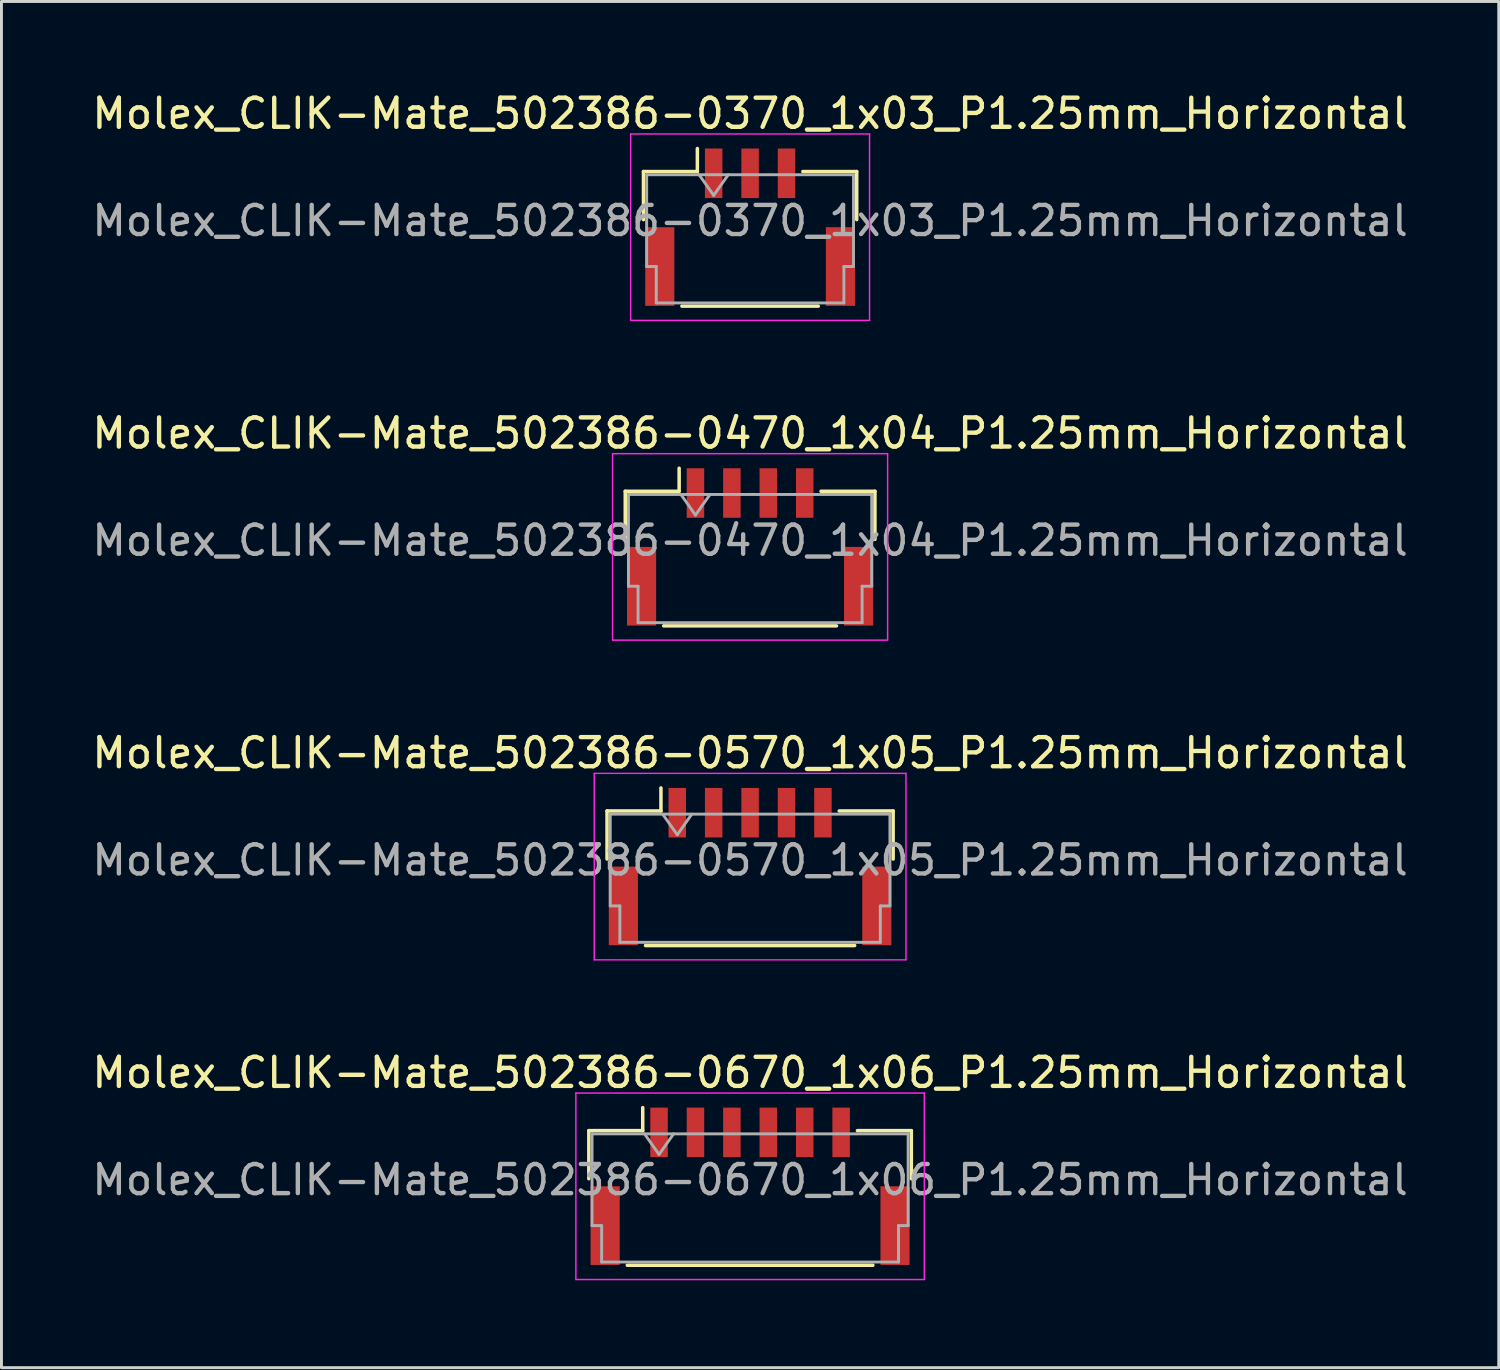
<source format=kicad_pcb>
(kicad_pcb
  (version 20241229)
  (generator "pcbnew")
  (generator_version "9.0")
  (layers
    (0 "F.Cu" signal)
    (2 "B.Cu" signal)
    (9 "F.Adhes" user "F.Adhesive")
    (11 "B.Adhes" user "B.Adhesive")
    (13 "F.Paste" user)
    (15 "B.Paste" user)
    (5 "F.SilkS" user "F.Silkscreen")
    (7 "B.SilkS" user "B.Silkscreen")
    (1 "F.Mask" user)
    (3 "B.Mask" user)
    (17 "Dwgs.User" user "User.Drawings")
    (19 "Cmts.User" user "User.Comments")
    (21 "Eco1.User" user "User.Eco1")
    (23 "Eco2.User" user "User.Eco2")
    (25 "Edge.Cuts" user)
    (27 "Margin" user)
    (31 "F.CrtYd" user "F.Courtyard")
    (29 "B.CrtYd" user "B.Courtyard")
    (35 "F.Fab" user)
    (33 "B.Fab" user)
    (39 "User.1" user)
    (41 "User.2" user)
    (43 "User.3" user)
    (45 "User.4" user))
  (footprint "Molex_CLIK-Mate_502386-0470_1x04_P1.25mm_Horizontal"
    (layer "F.Cu")
    (at 22.696 15.722)
    (property "Reference" "Molex_CLIK-Mate_502386-0470_1x04_P1.25mm_Horizontal" (at 0 -3.9 0) (layer "F.SilkS") (effects (font (size 1 1) (thickness 0.15))))
    (attr smd)
    (fp_line (start -4.285 -1.91) (end -2.435 -1.91) (stroke (width 0.12) (type solid)) (layer "F.SilkS"))
    (fp_line (start -4.285 -0.26) (end -4.285 -1.91) (stroke (width 0.12) (type solid)) (layer "F.SilkS"))
    (fp_line (start -2.965 2.71) (end 2.965 2.71) (stroke (width 0.12) (type solid)) (layer "F.SilkS"))
    (fp_line (start -2.435 -1.91) (end -2.435 -2.7) (stroke (width 0.12) (type solid)) (layer "F.SilkS"))
    (fp_line (start 4.285 -1.91) (end 2.435 -1.91) (stroke (width 0.12) (type solid)) (layer "F.SilkS"))
    (fp_line (start 4.285 -0.26) (end 4.285 -1.91) (stroke (width 0.12) (type solid)) (layer "F.SilkS"))
    (fp_line (start -4.72 -3.2) (end -4.72 3.2) (stroke (width 0.05) (type solid)) (layer "F.CrtYd"))
    (fp_line (start -4.72 3.2) (end 4.72 3.2) (stroke (width 0.05) (type solid)) (layer "F.CrtYd"))
    (fp_line (start 4.72 -3.2) (end -4.72 -3.2) (stroke (width 0.05) (type solid)) (layer "F.CrtYd"))
    (fp_line (start 4.72 3.2) (end 4.72 -3.2) (stroke (width 0.05) (type solid)) (layer "F.CrtYd"))
    (fp_line (start -4.175 -1.8) (end -4.175 1.35) (stroke (width 0.1) (type solid)) (layer "F.Fab"))
    (fp_line (start -4.175 -1.8) (end 4.175 -1.8) (stroke (width 0.1) (type solid)) (layer "F.Fab"))
    (fp_line (start -4.175 1.35) (end -3.845 1.35) (stroke (width 0.1) (type solid)) (layer "F.Fab"))
    (fp_line (start -3.845 1.35) (end -3.845 2.6) (stroke (width 0.1) (type solid)) (layer "F.Fab"))
    (fp_line (start -3.845 2.6) (end 3.845 2.6) (stroke (width 0.1) (type solid)) (layer "F.Fab"))
    (fp_line (start -2.375 -1.8) (end -1.875 -1.093) (stroke (width 0.1) (type solid)) (layer "F.Fab"))
    (fp_line (start -1.875 -1.093) (end -1.375 -1.8) (stroke (width 0.1) (type solid)) (layer "F.Fab"))
    (fp_line (start 3.845 1.35) (end 4.175 1.35) (stroke (width 0.1) (type solid)) (layer "F.Fab"))
    (fp_line (start 3.845 2.6) (end 3.845 1.35) (stroke (width 0.1) (type solid)) (layer "F.Fab"))
    (fp_line (start 4.175 -1.8) (end 4.175 1.35) (stroke (width 0.1) (type solid)) (layer "F.Fab"))
    (fp_text user "${REFERENCE}" (at 0 -0.22 0) (layer "F.Fab") (effects (font (size 1 1) (thickness 0.15))))
    (pad "" smd rect (at -3.725 1.35) (size 1 2.7) (layers "F.Cu" "F.Mask" "F.Paste"))
    (pad "" smd rect (at 3.725 1.35) (size 1 2.7) (layers "F.Cu" "F.Mask" "F.Paste"))
    (pad "1" smd rect (at -1.875 -1.85) (size 0.6 1.7) (layers "F.Cu" "F.Mask" "F.Paste"))
    (pad "2" smd rect (at -0.625 -1.85) (size 0.6 1.7) (layers "F.Cu" "F.Mask" "F.Paste"))
    (pad "3" smd rect (at 0.625 -1.85) (size 0.6 1.7) (layers "F.Cu" "F.Mask" "F.Paste"))
    (pad "4" smd rect (at 1.875 -1.85) (size 0.6 1.7) (layers "F.Cu" "F.Mask" "F.Paste")))
  (footprint "Molex_CLIK-Mate_502386-0570_1x05_P1.25mm_Horizontal"
    (layer "F.Cu")
    (at 22.696 26.695)
    (property "Reference" "Molex_CLIK-Mate_502386-0570_1x05_P1.25mm_Horizontal" (at 0 -3.9 0) (layer "F.SilkS") (effects (font (size 1 1) (thickness 0.15))))
    (attr smd)
    (fp_line (start -4.91 -1.91) (end -3.06 -1.91) (stroke (width 0.12) (type solid)) (layer "F.SilkS"))
    (fp_line (start -4.91 -0.26) (end -4.91 -1.91) (stroke (width 0.12) (type solid)) (layer "F.SilkS"))
    (fp_line (start -3.59 2.71) (end 3.59 2.71) (stroke (width 0.12) (type solid)) (layer "F.SilkS"))
    (fp_line (start -3.06 -1.91) (end -3.06 -2.7) (stroke (width 0.12) (type solid)) (layer "F.SilkS"))
    (fp_line (start 4.91 -1.91) (end 3.06 -1.91) (stroke (width 0.12) (type solid)) (layer "F.SilkS"))
    (fp_line (start 4.91 -0.26) (end 4.91 -1.91) (stroke (width 0.12) (type solid)) (layer "F.SilkS"))
    (fp_line (start -5.35 -3.2) (end -5.35 3.2) (stroke (width 0.05) (type solid)) (layer "F.CrtYd"))
    (fp_line (start -5.35 3.2) (end 5.35 3.2) (stroke (width 0.05) (type solid)) (layer "F.CrtYd"))
    (fp_line (start 5.35 -3.2) (end -5.35 -3.2) (stroke (width 0.05) (type solid)) (layer "F.CrtYd"))
    (fp_line (start 5.35 3.2) (end 5.35 -3.2) (stroke (width 0.05) (type solid)) (layer "F.CrtYd"))
    (fp_line (start -4.8 -1.8) (end -4.8 1.35) (stroke (width 0.1) (type solid)) (layer "F.Fab"))
    (fp_line (start -4.8 -1.8) (end 4.8 -1.8) (stroke (width 0.1) (type solid)) (layer "F.Fab"))
    (fp_line (start -4.8 1.35) (end -4.47 1.35) (stroke (width 0.1) (type solid)) (layer "F.Fab"))
    (fp_line (start -4.47 1.35) (end -4.47 2.6) (stroke (width 0.1) (type solid)) (layer "F.Fab"))
    (fp_line (start -4.47 2.6) (end 4.47 2.6) (stroke (width 0.1) (type solid)) (layer "F.Fab"))
    (fp_line (start -3 -1.8) (end -2.5 -1.093) (stroke (width 0.1) (type solid)) (layer "F.Fab"))
    (fp_line (start -2.5 -1.093) (end -2 -1.8) (stroke (width 0.1) (type solid)) (layer "F.Fab"))
    (fp_line (start 4.47 1.35) (end 4.8 1.35) (stroke (width 0.1) (type solid)) (layer "F.Fab"))
    (fp_line (start 4.47 2.6) (end 4.47 1.35) (stroke (width 0.1) (type solid)) (layer "F.Fab"))
    (fp_line (start 4.8 -1.8) (end 4.8 1.35) (stroke (width 0.1) (type solid)) (layer "F.Fab"))
    (fp_text user "${REFERENCE}" (at 0 -0.22 0) (layer "F.Fab") (effects (font (size 1 1) (thickness 0.15))))
    (pad "" smd rect (at -4.35 1.35) (size 1 2.7) (layers "F.Cu" "F.Mask" "F.Paste"))
    (pad "" smd rect (at 4.35 1.35) (size 1 2.7) (layers "F.Cu" "F.Mask" "F.Paste"))
    (pad "1" smd rect (at -2.5 -1.85) (size 0.6 1.7) (layers "F.Cu" "F.Mask" "F.Paste"))
    (pad "2" smd rect (at -1.25 -1.85) (size 0.6 1.7) (layers "F.Cu" "F.Mask" "F.Paste"))
    (pad "3" smd rect (at 0 -1.85) (size 0.6 1.7) (layers "F.Cu" "F.Mask" "F.Paste"))
    (pad "4" smd rect (at 1.25 -1.85) (size 0.6 1.7) (layers "F.Cu" "F.Mask" "F.Paste"))
    (pad "5" smd rect (at 2.5 -1.85) (size 0.6 1.7) (layers "F.Cu" "F.Mask" "F.Paste")))
  (footprint "Molex_CLIK-Mate_502386-0370_1x03_P1.25mm_Horizontal"
    (layer "F.Cu")
    (at 22.696 4.748)
    (property "Reference" "Molex_CLIK-Mate_502386-0370_1x03_P1.25mm_Horizontal" (at 0 -3.9 0) (layer "F.SilkS") (effects (font (size 1 1) (thickness 0.15))))
    (attr smd)
    (fp_line (start -3.66 -1.91) (end -1.81 -1.91) (stroke (width 0.12) (type solid)) (layer "F.SilkS"))
    (fp_line (start -3.66 -0.26) (end -3.66 -1.91) (stroke (width 0.12) (type solid)) (layer "F.SilkS"))
    (fp_line (start -2.34 2.71) (end 2.34 2.71) (stroke (width 0.12) (type solid)) (layer "F.SilkS"))
    (fp_line (start -1.81 -1.91) (end -1.81 -2.7) (stroke (width 0.12) (type solid)) (layer "F.SilkS"))
    (fp_line (start 3.66 -1.91) (end 1.81 -1.91) (stroke (width 0.12) (type solid)) (layer "F.SilkS"))
    (fp_line (start 3.66 -0.26) (end 3.66 -1.91) (stroke (width 0.12) (type solid)) (layer "F.SilkS"))
    (fp_line (start -4.1 -3.2) (end -4.1 3.2) (stroke (width 0.05) (type solid)) (layer "F.CrtYd"))
    (fp_line (start -4.1 3.2) (end 4.1 3.2) (stroke (width 0.05) (type solid)) (layer "F.CrtYd"))
    (fp_line (start 4.1 -3.2) (end -4.1 -3.2) (stroke (width 0.05) (type solid)) (layer "F.CrtYd"))
    (fp_line (start 4.1 3.2) (end 4.1 -3.2) (stroke (width 0.05) (type solid)) (layer "F.CrtYd"))
    (fp_line (start -3.55 -1.8) (end -3.55 1.35) (stroke (width 0.1) (type solid)) (layer "F.Fab"))
    (fp_line (start -3.55 -1.8) (end 3.55 -1.8) (stroke (width 0.1) (type solid)) (layer "F.Fab"))
    (fp_line (start -3.55 1.35) (end -3.22 1.35) (stroke (width 0.1) (type solid)) (layer "F.Fab"))
    (fp_line (start -3.22 1.35) (end -3.22 2.6) (stroke (width 0.1) (type solid)) (layer "F.Fab"))
    (fp_line (start -3.22 2.6) (end 3.22 2.6) (stroke (width 0.1) (type solid)) (layer "F.Fab"))
    (fp_line (start -1.75 -1.8) (end -1.25 -1.093) (stroke (width 0.1) (type solid)) (layer "F.Fab"))
    (fp_line (start -1.25 -1.093) (end -0.75 -1.8) (stroke (width 0.1) (type solid)) (layer "F.Fab"))
    (fp_line (start 3.22 1.35) (end 3.55 1.35) (stroke (width 0.1) (type solid)) (layer "F.Fab"))
    (fp_line (start 3.22 2.6) (end 3.22 1.35) (stroke (width 0.1) (type solid)) (layer "F.Fab"))
    (fp_line (start 3.55 -1.8) (end 3.55 1.35) (stroke (width 0.1) (type solid)) (layer "F.Fab"))
    (fp_text user "${REFERENCE}" (at 0 -0.22 0) (layer "F.Fab") (effects (font (size 1 1) (thickness 0.15))))
    (pad "" smd rect (at -3.1 1.35) (size 1 2.7) (layers "F.Cu" "F.Mask" "F.Paste"))
    (pad "" smd rect (at 3.1 1.35) (size 1 2.7) (layers "F.Cu" "F.Mask" "F.Paste"))
    (pad "1" smd rect (at -1.25 -1.85) (size 0.6 1.7) (layers "F.Cu" "F.Mask" "F.Paste"))
    (pad "2" smd rect (at 0 -1.85) (size 0.6 1.7) (layers "F.Cu" "F.Mask" "F.Paste"))
    (pad "3" smd rect (at 1.25 -1.85) (size 0.6 1.7) (layers "F.Cu" "F.Mask" "F.Paste")))
  (footprint "Molex_CLIK-Mate_502386-0670_1x06_P1.25mm_Horizontal"
    (layer "F.Cu")
    (at 22.696 37.668)
    (property "Reference" "Molex_CLIK-Mate_502386-0670_1x06_P1.25mm_Horizontal" (at 0 -3.9 0) (layer "F.SilkS") (effects (font (size 1 1) (thickness 0.15))))
    (attr smd)
    (fp_line (start -5.535 -1.91) (end -3.685 -1.91) (stroke (width 0.12) (type solid)) (layer "F.SilkS"))
    (fp_line (start -5.535 -0.26) (end -5.535 -1.91) (stroke (width 0.12) (type solid)) (layer "F.SilkS"))
    (fp_line (start -4.215 2.71) (end 4.215 2.71) (stroke (width 0.12) (type solid)) (layer "F.SilkS"))
    (fp_line (start -3.685 -1.91) (end -3.685 -2.7) (stroke (width 0.12) (type solid)) (layer "F.SilkS"))
    (fp_line (start 5.535 -1.91) (end 3.685 -1.91) (stroke (width 0.12) (type solid)) (layer "F.SilkS"))
    (fp_line (start 5.535 -0.26) (end 5.535 -1.91) (stroke (width 0.12) (type solid)) (layer "F.SilkS"))
    (fp_line (start -5.98 -3.2) (end -5.98 3.2) (stroke (width 0.05) (type solid)) (layer "F.CrtYd"))
    (fp_line (start -5.98 3.2) (end 5.98 3.2) (stroke (width 0.05) (type solid)) (layer "F.CrtYd"))
    (fp_line (start 5.98 -3.2) (end -5.98 -3.2) (stroke (width 0.05) (type solid)) (layer "F.CrtYd"))
    (fp_line (start 5.98 3.2) (end 5.98 -3.2) (stroke (width 0.05) (type solid)) (layer "F.CrtYd"))
    (fp_line (start -5.425 -1.8) (end -5.425 1.35) (stroke (width 0.1) (type solid)) (layer "F.Fab"))
    (fp_line (start -5.425 -1.8) (end 5.425 -1.8) (stroke (width 0.1) (type solid)) (layer "F.Fab"))
    (fp_line (start -5.425 1.35) (end -5.095 1.35) (stroke (width 0.1) (type solid)) (layer "F.Fab"))
    (fp_line (start -5.095 1.35) (end -5.095 2.6) (stroke (width 0.1) (type solid)) (layer "F.Fab"))
    (fp_line (start -5.095 2.6) (end 5.095 2.6) (stroke (width 0.1) (type solid)) (layer "F.Fab"))
    (fp_line (start -3.625 -1.8) (end -3.125 -1.093) (stroke (width 0.1) (type solid)) (layer "F.Fab"))
    (fp_line (start -3.125 -1.093) (end -2.625 -1.8) (stroke (width 0.1) (type solid)) (layer "F.Fab"))
    (fp_line (start 5.095 1.35) (end 5.425 1.35) (stroke (width 0.1) (type solid)) (layer "F.Fab"))
    (fp_line (start 5.095 2.6) (end 5.095 1.35) (stroke (width 0.1) (type solid)) (layer "F.Fab"))
    (fp_line (start 5.425 -1.8) (end 5.425 1.35) (stroke (width 0.1) (type solid)) (layer "F.Fab"))
    (fp_text user "${REFERENCE}" (at 0 -0.22 0) (layer "F.Fab") (effects (font (size 1 1) (thickness 0.15))))
    (pad "" smd rect (at -4.975 1.35) (size 1 2.7) (layers "F.Cu" "F.Mask" "F.Paste"))
    (pad "" smd rect (at 4.975 1.35) (size 1 2.7) (layers "F.Cu" "F.Mask" "F.Paste"))
    (pad "1" smd rect (at -3.125 -1.85) (size 0.6 1.7) (layers "F.Cu" "F.Mask" "F.Paste"))
    (pad "2" smd rect (at -1.875 -1.85) (size 0.6 1.7) (layers "F.Cu" "F.Mask" "F.Paste"))
    (pad "3" smd rect (at -0.625 -1.85) (size 0.6 1.7) (layers "F.Cu" "F.Mask" "F.Paste"))
    (pad "4" smd rect (at 0.625 -1.85) (size 0.6 1.7) (layers "F.Cu" "F.Mask" "F.Paste"))
    (pad "5" smd rect (at 1.875 -1.85) (size 0.6 1.7) (layers "F.Cu" "F.Mask" "F.Paste"))
    (pad "6" smd rect (at 3.125 -1.85) (size 0.6 1.7) (layers "F.Cu" "F.Mask" "F.Paste")))
  (gr_rect
    (start -3 -3)
    (end 48.393 43.893)
    (stroke (width 0.1) (type default))
    (fill no)
    (layer "Edge.Cuts")))
</source>
